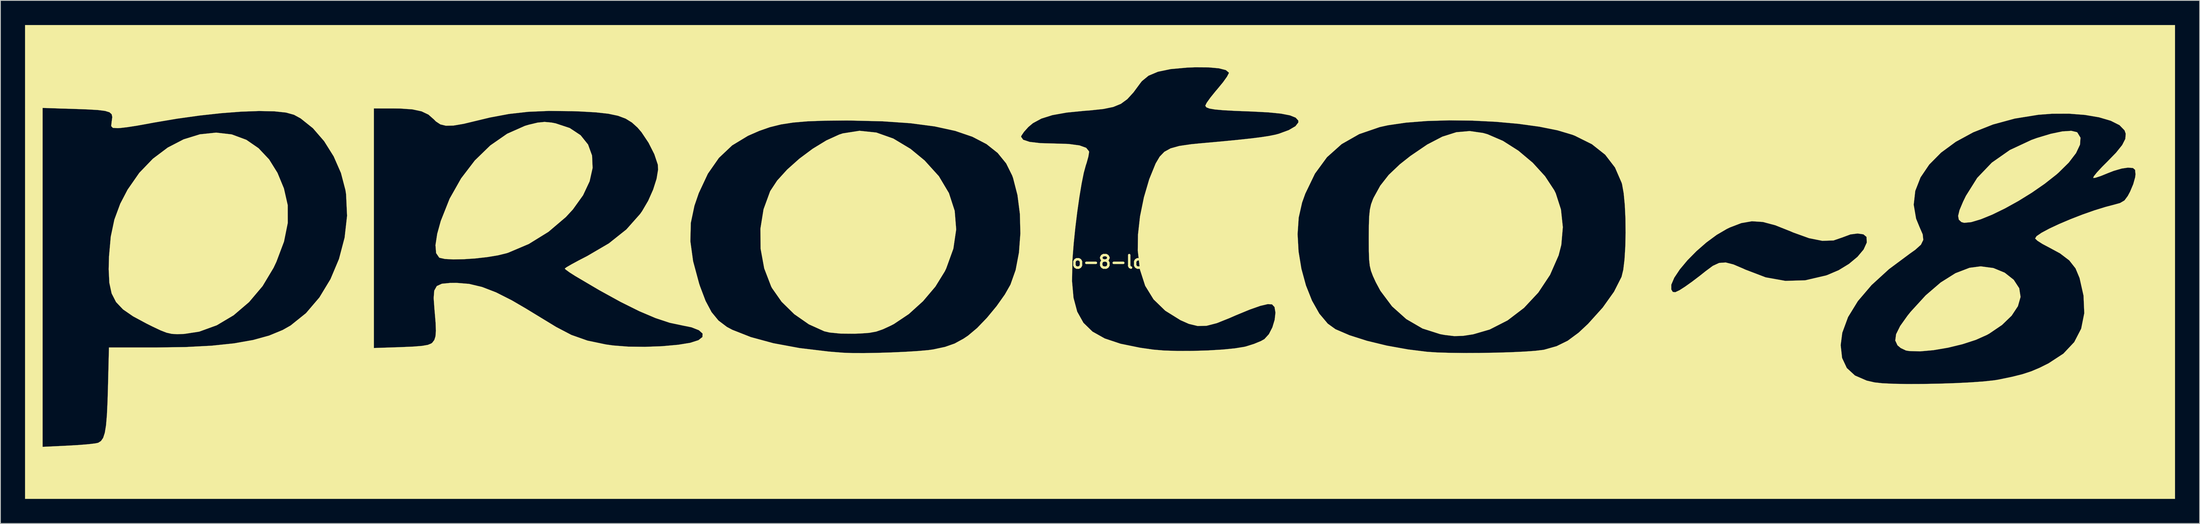
<source format=kicad_pcb>
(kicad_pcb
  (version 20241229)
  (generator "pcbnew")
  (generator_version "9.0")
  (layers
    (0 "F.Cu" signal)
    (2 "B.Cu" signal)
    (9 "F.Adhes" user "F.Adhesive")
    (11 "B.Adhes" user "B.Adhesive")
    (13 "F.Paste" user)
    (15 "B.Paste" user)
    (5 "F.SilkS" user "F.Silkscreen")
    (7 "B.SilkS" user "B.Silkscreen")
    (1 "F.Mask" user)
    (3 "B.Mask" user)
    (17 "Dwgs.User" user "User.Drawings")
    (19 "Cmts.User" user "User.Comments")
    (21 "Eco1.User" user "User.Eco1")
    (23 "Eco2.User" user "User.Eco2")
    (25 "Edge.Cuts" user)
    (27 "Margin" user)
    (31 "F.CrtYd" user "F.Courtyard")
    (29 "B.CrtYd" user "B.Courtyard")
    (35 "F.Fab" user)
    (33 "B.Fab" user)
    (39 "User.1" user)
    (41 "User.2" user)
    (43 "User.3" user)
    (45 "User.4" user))
  (footprint "Proto-8-logo"
    (layer "F.Cu")
    (at 131.016 28.881)
    (property "Reference" "Proto-8-logo" (at 0 0 0) (layer "F.SilkS") (effects (font (size 1.524 1.524) (thickness 0.3))))
    (attr through_hole)
    (fp_poly (pts (xy 108.876 0.742) (xy 110.255 1.31) (xy 111.353 2.175) (xy 112.027 3.208) (xy 112.187 4.261) (xy 111.865 5.392) (xy 111.1 6.549) (xy 109.929 7.678) (xy 108.388 8.724) (xy 108.087 8.893) (xy 106.738 9.496) (xy 105.105 10.026) (xy 103.331 10.455) (xy 101.56 10.755) (xy 99.936 10.899) (xy 98.602 10.859) (xy 98.219 10.794) (xy 97.585 10.494) (xy 97.19 10.162) (xy 96.917 9.578) (xy 97.019 8.808) (xy 97.513 7.81) (xy 98.414 6.545) (xy 98.802 6.064) (xy 100.623 4.075) (xy 102.451 2.504) (xy 104.247 1.374) (xy 105.97 0.712) (xy 107.33 0.536) (xy 108.876 0.742)) (stroke (width 0.01) (type solid)) (fill yes) (layer "F.SilkS"))
    (fp_poly (pts (xy 119.046 -15.823) (xy 119.111 -15.776) (xy 119.493 -15.145) (xy 119.431 -14.295) (xy 118.948 -13.27) (xy 118.065 -12.115) (xy 116.805 -10.872) (xy 116.541 -10.643) (xy 115.12 -9.525) (xy 113.554 -8.441) (xy 111.918 -7.429) (xy 110.286 -6.526) (xy 108.736 -5.771) (xy 107.34 -5.202) (xy 106.177 -4.855) (xy 105.32 -4.769) (xy 104.984 -4.859) (xy 104.663 -5.155) (xy 104.58 -5.613) (xy 104.747 -6.314) (xy 105.18 -7.34) (xy 105.526 -8.052) (xy 106.903 -10.245) (xy 108.686 -12.106) (xy 110.884 -13.645) (xy 113.511 -14.871) (xy 114.183 -15.112) (xy 115.87 -15.62) (xy 117.287 -15.914) (xy 118.367 -15.984) (xy 119.046 -15.823)) (stroke (width 0.01) (type solid)) (fill yes) (layer "F.SilkS"))
    (fp_poly (pts (xy -66.867 -16.993) (xy -66.361 -16.897) (xy -64.629 -16.324) (xy -63.306 -15.446) (xy -62.397 -14.312) (xy -61.908 -12.966) (xy -61.843 -11.456) (xy -62.207 -9.828) (xy -63.006 -8.128) (xy -64.244 -6.403) (xy -65.106 -5.47) (xy -67.222 -3.673) (xy -69.618 -2.192) (xy -72.124 -1.129) (xy -72.323 -1.065) (xy -73.393 -0.804) (xy -74.702 -0.589) (xy -76.126 -0.43) (xy -77.54 -0.334) (xy -78.821 -0.309) (xy -79.844 -0.364) (xy -80.485 -0.505) (xy -80.545 -0.537) (xy -80.914 -1.079) (xy -80.992 -2.05) (xy -80.78 -3.432) (xy -80.346 -4.999) (xy -79.269 -7.711) (xy -77.869 -10.186) (xy -76.2 -12.369) (xy -74.313 -14.201) (xy -72.259 -15.627) (xy -70.091 -16.589) (xy -69.625 -16.727) (xy -68.539 -16.986) (xy -67.704 -17.07) (xy -66.867 -16.993)) (stroke (width 0.01) (type solid)) (fill yes) (layer "F.SilkS"))
    (fp_poly (pts (xy -105.824 -15.547) (xy -104.042 -14.887) (xy -102.553 -13.862) (xy -101.267 -12.497) (xy -100.249 -10.862) (xy -99.462 -8.96) (xy -98.998 -6.914) (xy -98.992 -4.769) (xy -99.452 -2.484) (xy -100.382 -0.015) (xy -100.731 0.722) (xy -102.067 2.948) (xy -103.71 4.891) (xy -105.592 6.497) (xy -107.641 7.716) (xy -109.79 8.496) (xy -111.626 8.775) (xy -112.464 8.805) (xy -113.128 8.768) (xy -113.761 8.625) (xy -114.504 8.337) (xy -115.501 7.864) (xy -116.217 7.507) (xy -117.855 6.625) (xy -119.072 5.785) (xy -119.922 4.89) (xy -120.46 3.84) (xy -120.741 2.538) (xy -120.82 0.884) (xy -120.78 -0.668) (xy -120.566 -3.083) (xy -120.126 -5.168) (xy -119.411 -7.1) (xy -118.518 -8.811) (xy -117.092 -10.86) (xy -115.439 -12.578) (xy -113.618 -13.947) (xy -111.687 -14.946) (xy -109.705 -15.558) (xy -107.732 -15.765) (xy -105.824 -15.547)) (stroke (width 0.01) (type solid)) (fill yes) (layer "F.SilkS"))
    (fp_poly (pts (xy -27.268 -15.775) (xy -25.186 -15.038) (xy -23.092 -13.78) (xy -21.382 -12.371) (xy -19.641 -10.45) (xy -18.417 -8.397) (xy -17.713 -6.23) (xy -17.532 -3.964) (xy -17.876 -1.617) (xy -18.75 0.796) (xy -18.923 1.155) (xy -20.065 3.004) (xy -21.573 4.783) (xy -23.304 6.35) (xy -25.117 7.563) (xy -25.513 7.768) (xy -26.468 8.209) (xy -27.27 8.486) (xy -28.114 8.642) (xy -29.195 8.721) (xy -29.924 8.746) (xy -31.62 8.734) (xy -32.965 8.601) (xy -33.612 8.45) (xy -35.486 7.604) (xy -37.265 6.365) (xy -38.809 4.852) (xy -39.977 3.185) (xy -40.082 2.987) (xy -40.927 0.791) (xy -41.364 -1.596) (xy -41.392 -4.044) (xy -41.01 -6.42) (xy -40.216 -8.592) (xy -40.179 -8.666) (xy -39.35 -9.922) (xy -38.134 -11.26) (xy -36.651 -12.584) (xy -35.02 -13.799) (xy -33.36 -14.812) (xy -31.791 -15.527) (xy -31.348 -15.672) (xy -29.326 -15.988) (xy -27.268 -15.775)) (stroke (width 0.01) (type solid)) (fill yes) (layer "F.SilkS"))
    (fp_poly (pts (xy 46.685 -15.721) (xy 47.218 -15.569) (xy 49.105 -14.757) (xy 50.986 -13.561) (xy 52.737 -12.089) (xy 54.234 -10.448) (xy 55.353 -8.746) (xy 55.541 -8.364) (xy 56.174 -6.396) (xy 56.403 -4.244) (xy 56.218 -2.084) (xy 55.888 -0.802) (xy 54.846 1.573) (xy 53.416 3.728) (xy 51.668 5.599) (xy 49.671 7.121) (xy 47.493 8.232) (xy 45.482 8.818) (xy 44.226 9.011) (xy 43.164 9.039) (xy 42.006 8.901) (xy 41.442 8.797) (xy 39.302 8.114) (xy 37.325 6.966) (xy 35.589 5.413) (xy 34.169 3.517) (xy 33.604 2.466) (xy 33.26 1.717) (xy 33.024 1.093) (xy 32.875 0.464) (xy 32.794 -0.296) (xy 32.76 -1.318) (xy 32.753 -2.73) (xy 32.753 -2.941) (xy 32.763 -4.464) (xy 32.803 -5.573) (xy 32.888 -6.388) (xy 33.031 -7.029) (xy 33.248 -7.616) (xy 33.349 -7.842) (xy 34.149 -9.294) (xy 35.18 -10.611) (xy 36.542 -11.905) (xy 37.822 -12.916) (xy 39.873 -14.312) (xy 41.715 -15.271) (xy 43.418 -15.813) (xy 45.052 -15.956) (xy 46.685 -15.721)) (stroke (width 0.01) (type solid)) (fill yes) (layer "F.SilkS"))
    (fp_poly (pts (xy 131.011 28.876) (xy -131.011 28.876) (xy -131.011 22.538) (xy -128.872 22.538) (xy -125.73 22.388) (xy -124.445 22.312) (xy -123.325 22.221) (xy -122.496 22.125) (xy -122.1 22.045) (xy -121.759 21.829) (xy -121.493 21.444) (xy -121.292 20.824) (xy -121.142 19.907) (xy -121.034 18.627) (xy -120.956 16.921) (xy -120.912 15.441) (xy -120.788 10.492) (xy -88.499 10.492) (xy -85.154 10.381) (xy -83.661 10.316) (xy -82.615 10.23) (xy -81.928 10.11) (xy -81.512 9.943) (xy -81.374 9.833) (xy -81.133 9.512) (xy -80.991 9.065) (xy -80.941 8.396) (xy -80.977 7.408) (xy -81.094 6.001) (xy -81.118 5.748) (xy -81.213 4.4) (xy -81.142 3.492) (xy -80.833 2.939) (xy -80.214 2.656) (xy -79.213 2.558) (xy -78.427 2.551) (xy -76.897 2.674) (xy -75.323 3.048) (xy -73.616 3.705) (xy -71.687 4.68) (xy -69.987 5.671) (xy -68.807 6.39) (xy -67.593 7.129) (xy -66.555 7.761) (xy -66.286 7.925) (xy -64.433 8.895) (xy -62.471 9.587) (xy -60.226 10.057) (xy -59.323 10.182) (xy -57.52 10.322) (xy -55.468 10.349) (xy -53.367 10.271) (xy -51.414 10.095) (xy -49.942 9.856) (xy -48.945 9.537) (xy -48.45 9.147) (xy -48.439 8.727) (xy -48.891 8.32) (xy -49.788 7.967) (xy -50.938 7.734) (xy -52.448 7.414) (xy -54.175 6.842) (xy -56.157 6) (xy -58.433 4.869) (xy -61.043 3.433) (xy -63.968 1.709) (xy -64.664 1.265) (xy -65.124 0.928) (xy -65.237 0.804) (xy -65.013 0.637) (xy -64.404 0.285) (xy -63.507 -0.2) (xy -62.496 -0.722) (xy -59.865 -2.261) (xy -59.531 -2.527) (xy -49.93 -2.527) (xy -49.595 -0.089) (xy -48.864 2.625) (xy -48.76 2.941) (xy -48.075 4.748) (xy -47.346 6.117) (xy -46.504 7.142) (xy -45.479 7.919) (xy -44.815 8.273) (xy -42.555 9.162) (xy -39.814 9.906) (xy -36.632 10.496) (xy -33.044 10.926) (xy -31.282 11.067) (xy -30.19 11.106) (xy -28.751 11.11) (xy -27.096 11.082) (xy -25.356 11.027) (xy -23.664 10.95) (xy -22.151 10.855) (xy -20.947 10.749) (xy -20.355 10.668) (xy -18.887 10.354) (xy -17.727 9.948) (xy -16.648 9.359) (xy -16.082 8.979) (xy -14.982 8.055) (xy -13.781 6.807) (xy -12.61 5.391) (xy -11.599 3.964) (xy -10.917 2.765) (xy -10.285 0.981) (xy -9.881 -1.144) (xy -9.708 -3.47) (xy -9.767 -5.853) (xy -10.062 -8.15) (xy -10.594 -10.22) (xy -10.707 -10.536) (xy -11.442 -12.015) (xy -12.478 -13.289) (xy -13.84 -14.369) (xy -15.554 -15.26) (xy -9.625 -15.26) (xy -9.364 -14.894) (xy -8.58 -14.635) (xy -7.277 -14.483) (xy -5.637 -14.438) (xy -3.819 -14.381) (xy -2.508 -14.206) (xy -1.689 -13.911) (xy -1.349 -13.491) (xy -1.337 -13.376) (xy -1.423 -12.837) (xy -1.639 -12.058) (xy -1.736 -11.77) (xy -1.98 -10.875) (xy -2.245 -9.557) (xy -2.516 -7.928) (xy -2.778 -6.098) (xy -3.014 -4.178) (xy -3.208 -2.278) (xy -3.347 -0.511) (xy -3.369 -0.134) (xy -3.415 2.329) (xy -3.232 4.38) (xy -2.782 6.062) (xy -2.023 7.419) (xy -0.918 8.493) (xy 0.575 9.329) (xy 2.493 9.969) (xy 4.877 10.456) (xy 6.494 10.687) (xy 7.833 10.799) (xy 9.478 10.85) (xy 11.293 10.844) (xy 13.146 10.787) (xy 14.9 10.682) (xy 16.421 10.534) (xy 17.575 10.348) (xy 17.78 10.299) (xy 18.758 9.993) (xy 19.613 9.641) (xy 20.034 9.403) (xy 20.579 8.805) (xy 21.005 7.973) (xy 21.283 7.051) (xy 21.38 6.178) (xy 21.267 5.498) (xy 20.957 5.164) (xy 20.426 5.142) (xy 19.528 5.354) (xy 18.234 5.809) (xy 16.515 6.518) (xy 15.786 6.837) (xy 14.238 7.458) (xy 12.99 7.78) (xy 11.9 7.809) (xy 10.83 7.551) (xy 9.801 7.096) (xy 7.949 5.944) (xy 6.522 4.56) (xy 5.502 2.905) (xy 4.867 0.939) (xy 4.599 -1.377) (xy 4.624 -3.316) (xy 4.632 -3.389) (xy 24.075 -3.389) (xy 24.194 -1.277) (xy 24.542 0.84) (xy 25.096 2.869) (xy 25.833 4.72) (xy 26.726 6.302) (xy 27.754 7.523) (xy 28.691 8.198) (xy 30.402 8.934) (xy 32.525 9.611) (xy 34.941 10.197) (xy 37.528 10.663) (xy 39.849 10.951) (xy 41.048 11.03) (xy 42.591 11.079) (xy 44.37 11.099) (xy 46.277 11.092) (xy 48.206 11.06) (xy 50.05 11.005) (xy 51.701 10.929) (xy 53.053 10.833) (xy 53.999 10.72) (xy 54.128 10.696) (xy 55.643 10.268) (xy 55.894 10.145) (xy 90.264 10.145) (xy 90.436 11.704) (xy 91.011 12.93) (xy 92.006 13.844) (xy 93.439 14.465) (xy 94.397 14.685) (xy 95.341 14.787) (xy 96.709 14.852) (xy 98.392 14.88) (xy 100.28 14.874) (xy 102.263 14.837) (xy 104.233 14.772) (xy 106.08 14.68) (xy 107.695 14.565) (xy 108.969 14.428) (xy 109.487 14.344) (xy 111.137 14.003) (xy 112.417 13.683) (xy 113.488 13.333) (xy 114.511 12.9) (xy 115.604 12.355) (xy 117.405 11.178) (xy 118.728 9.773) (xy 119.577 8.132) (xy 119.954 6.246) (xy 119.863 4.108) (xy 119.38 1.956) (xy 118.886 0.779) (xy 118.122 -0.191) (xy 116.995 -1.048) (xy 115.72 -1.738) (xy 114.873 -2.185) (xy 114.242 -2.588) (xy 113.963 -2.86) (xy 113.962 -2.861) (xy 114.139 -3.143) (xy 114.741 -3.554) (xy 115.683 -4.059) (xy 116.881 -4.62) (xy 118.252 -5.202) (xy 119.712 -5.769) (xy 121.176 -6.285) (xy 122.561 -6.713) (xy 123.468 -6.949) (xy 124.32 -7.185) (xy 124.848 -7.495) (xy 125.254 -8.04) (xy 125.54 -8.576) (xy 125.92 -9.477) (xy 126.158 -10.329) (xy 126.198 -10.686) (xy 126.146 -11.232) (xy 125.881 -11.455) (xy 125.27 -11.497) (xy 124.514 -11.387) (xy 123.534 -11.102) (xy 122.816 -10.822) (xy 121.978 -10.481) (xy 121.329 -10.268) (xy 121.041 -10.23) (xy 121.113 -10.436) (xy 121.505 -10.925) (xy 122.149 -11.615) (xy 122.672 -12.136) (xy 123.823 -13.315) (xy 124.573 -14.249) (xy 124.955 -15) (xy 125.006 -15.632) (xy 124.861 -16.043) (xy 124.247 -16.677) (xy 123.184 -17.211) (xy 121.752 -17.632) (xy 120.03 -17.924) (xy 118.098 -18.074) (xy 116.035 -18.067) (xy 114.364 -17.942) (xy 111.48 -17.478) (xy 108.82 -16.754) (xy 106.415 -15.801) (xy 104.297 -14.65) (xy 102.501 -13.33) (xy 101.056 -11.872) (xy 99.997 -10.308) (xy 99.355 -8.666) (xy 99.163 -6.979) (xy 99.453 -5.276) (xy 99.869 -4.264) (xy 100.258 -3.368) (xy 100.332 -2.69) (xy 100.046 -2.104) (xy 99.354 -1.482) (xy 98.722 -1.035) (xy 96.157 0.871) (xy 94.03 2.815) (xy 92.358 4.773) (xy 91.162 6.72) (xy 90.459 8.631) (xy 90.264 10.145) (xy 55.894 10.145) (xy 56.993 9.606) (xy 58.325 8.622) (xy 59.476 7.545) (xy 61.264 5.562) (xy 62.639 3.633) (xy 62.78 3.355) (xy 69.617 3.355) (xy 69.803 3.655) (xy 70.106 3.691) (xy 70.635 3.44) (xy 71.307 3.008) (xy 72.126 2.426) (xy 73.102 1.685) (xy 73.791 1.136) (xy 74.682 0.475) (xy 75.453 0.119) (xy 76.242 0.064) (xy 77.187 0.303) (xy 78.428 0.831) (xy 78.645 0.933) (xy 81.123 1.878) (xy 83.536 2.31) (xy 85.954 2.235) (xy 88.449 1.656) (xy 88.633 1.596) (xy 90.025 1.003) (xy 91.275 0.239) (xy 92.312 -0.624) (xy 93.06 -1.515) (xy 93.447 -2.362) (xy 93.418 -3.05) (xy 93.037 -3.368) (xy 92.329 -3.469) (xy 91.456 -3.357) (xy 90.58 -3.033) (xy 90.558 -3.021) (xy 89.389 -2.619) (xy 88.024 -2.576) (xy 86.407 -2.898) (xy 84.481 -3.592) (xy 84.087 -3.761) (xy 82.283 -4.477) (xy 80.778 -4.875) (xy 79.444 -4.961) (xy 78.151 -4.737) (xy 76.773 -4.21) (xy 76.385 -4.023) (xy 75.153 -3.302) (xy 73.897 -2.375) (xy 72.685 -1.316) (xy 71.584 -0.199) (xy 70.661 0.904) (xy 69.984 1.919) (xy 69.619 2.773) (xy 69.617 3.355) (xy 62.78 3.355) (xy 63.557 1.823) (xy 63.561 1.813) (xy 63.77 0.955) (xy 63.922 -0.31) (xy 64.016 -1.857) (xy 64.054 -3.562) (xy 64.034 -5.298) (xy 63.956 -6.942) (xy 63.82 -8.369) (xy 63.627 -9.454) (xy 63.574 -9.642) (xy 62.76 -11.516) (xy 61.561 -13.076) (xy 59.944 -14.354) (xy 57.873 -15.385) (xy 57.552 -15.509) (xy 55.752 -16.046) (xy 53.531 -16.49) (xy 50.994 -16.838) (xy 48.248 -17.085) (xy 45.399 -17.227) (xy 42.553 -17.261) (xy 39.816 -17.18) (xy 37.294 -16.983) (xy 35.094 -16.663) (xy 34.089 -16.442) (xy 31.583 -15.583) (xy 29.448 -14.367) (xy 27.659 -12.769) (xy 26.19 -10.763) (xy 25.014 -8.324) (xy 24.624 -7.236) (xy 24.211 -5.405) (xy 24.075 -3.389) (xy 4.632 -3.389) (xy 4.873 -5.549) (xy 5.347 -7.874) (xy 5.995 -10.084) (xy 6.766 -11.976) (xy 6.791 -12.026) (xy 7.268 -12.834) (xy 7.839 -13.426) (xy 8.601 -13.846) (xy 9.652 -14.139) (xy 11.087 -14.349) (xy 12.063 -14.445) (xy 14.608 -14.673) (xy 16.677 -14.872) (xy 18.329 -15.049) (xy 19.623 -15.21) (xy 20.616 -15.363) (xy 21.368 -15.515) (xy 21.793 -15.628) (xy 23.001 -16.072) (xy 23.812 -16.544) (xy 24.172 -17.007) (xy 24.162 -17.241) (xy 23.84 -17.592) (xy 23.148 -17.869) (xy 22.045 -18.082) (xy 20.492 -18.236) (xy 18.448 -18.341) (xy 18.315 -18.345) (xy 16.417 -18.418) (xy 14.993 -18.497) (xy 13.983 -18.589) (xy 13.328 -18.702) (xy 12.965 -18.845) (xy 12.837 -19.025) (xy 12.834 -19.064) (xy 13 -19.403) (xy 13.442 -20.023) (xy 14.076 -20.808) (xy 14.316 -21.088) (xy 14.982 -21.897) (xy 15.468 -22.575) (xy 15.696 -23.009) (xy 15.7 -23.083) (xy 15.328 -23.391) (xy 14.48 -23.605) (xy 13.209 -23.72) (xy 11.567 -23.729) (xy 10.612 -23.691) (xy 8.604 -23.509) (xy 7.057 -23.187) (xy 5.91 -22.705) (xy 5.102 -22.043) (xy 4.915 -21.805) (xy 4.078 -20.673) (xy 3.325 -19.849) (xy 2.541 -19.275) (xy 1.611 -18.893) (xy 0.421 -18.648) (xy -1.146 -18.48) (xy -1.872 -18.425) (xy -4.065 -18.209) (xy -5.8 -17.899) (xy -7.148 -17.476) (xy -8.179 -16.918) (xy -8.742 -16.444) (xy -9.269 -15.857) (xy -9.585 -15.39) (xy -9.625 -15.26) (xy -15.554 -15.26) (xy -15.557 -15.261) (xy -17.654 -15.977) (xy -20.158 -16.523) (xy -23.096 -16.909) (xy -26.494 -17.144) (xy -30.38 -17.237) (xy -31.015 -17.239) (xy -33.546 -17.219) (xy -35.639 -17.143) (xy -37.389 -16.995) (xy -38.891 -16.762) (xy -40.24 -16.428) (xy -41.532 -15.977) (xy -42.862 -15.396) (xy -42.93 -15.363) (xy -44.835 -14.21) (xy -46.448 -12.687) (xy -47.796 -10.756) (xy -48.907 -8.384) (xy -49.432 -6.857) (xy -49.874 -4.76) (xy -49.93 -2.527) (xy -59.531 -2.527) (xy -57.725 -3.964) (xy -56.052 -5.849) (xy -55.808 -6.197) (xy -55.068 -7.459) (xy -54.464 -8.82) (xy -54.045 -10.136) (xy -53.859 -11.264) (xy -53.894 -11.864) (xy -54.322 -13.142) (xy -55.028 -14.536) (xy -55.884 -15.816) (xy -56.371 -16.384) (xy -57.05 -16.998) (xy -57.815 -17.47) (xy -58.748 -17.82) (xy -59.932 -18.069) (xy -61.449 -18.237) (xy -63.383 -18.346) (xy -64.329 -18.379) (xy -67.191 -18.409) (xy -69.703 -18.302) (xy -72.034 -18.04) (xy -74.357 -17.606) (xy -75.921 -17.23) (xy -77.567 -16.835) (xy -78.801 -16.625) (xy -79.715 -16.603) (xy -80.399 -16.77) (xy -80.944 -17.13) (xy -81.188 -17.378) (xy -81.852 -17.963) (xy -82.689 -18.36) (xy -83.801 -18.598) (xy -85.288 -18.703) (xy -86.159 -18.714) (xy -88.499 -18.716) (xy -88.499 10.492) (xy -120.788 10.492) (xy -120.786 10.427) (xy -115.084 10.427) (xy -111.438 10.374) (xy -108.275 10.209) (xy -105.553 9.925) (xy -103.23 9.516) (xy -101.265 8.975) (xy -99.615 8.295) (xy -98.651 7.749) (xy -96.774 6.242) (xy -95.141 4.329) (xy -93.789 2.099) (xy -92.752 -0.361) (xy -92.066 -2.966) (xy -91.766 -5.627) (xy -91.888 -8.257) (xy -91.962 -8.75) (xy -92.511 -10.846) (xy -93.401 -12.872) (xy -94.563 -14.724) (xy -95.928 -16.301) (xy -97.425 -17.499) (xy -98.238 -17.942) (xy -99.217 -18.212) (xy -100.653 -18.363) (xy -102.485 -18.398) (xy -104.648 -18.322) (xy -107.081 -18.137) (xy -109.721 -17.849) (xy -112.504 -17.461) (xy -115.369 -16.977) (xy -116.172 -16.826) (xy -117.409 -16.604) (xy -118.543 -16.43) (xy -119.411 -16.328) (xy -119.726 -16.31) (xy -120.313 -16.345) (xy -120.514 -16.559) (xy -120.456 -17.113) (xy -120.439 -17.208) (xy -120.382 -17.666) (xy -120.454 -18.005) (xy -120.723 -18.246) (xy -121.257 -18.41) (xy -122.124 -18.52) (xy -123.392 -18.594) (xy -125.062 -18.655) (xy -128.872 -18.775) (xy -128.872 22.538) (xy -131.011 22.538) (xy -131.011 -28.876) (xy 131.011 -28.876) (xy 131.011 28.876)) (stroke (width 0.01) (type solid)) (fill yes) (layer "F.SilkS")))
  (gr_rect
    (start -3 -3)
    (end 265.031 60.762)
    (stroke (width 0.1) (type default))
    (fill no)
    (layer "Edge.Cuts")))
</source>
